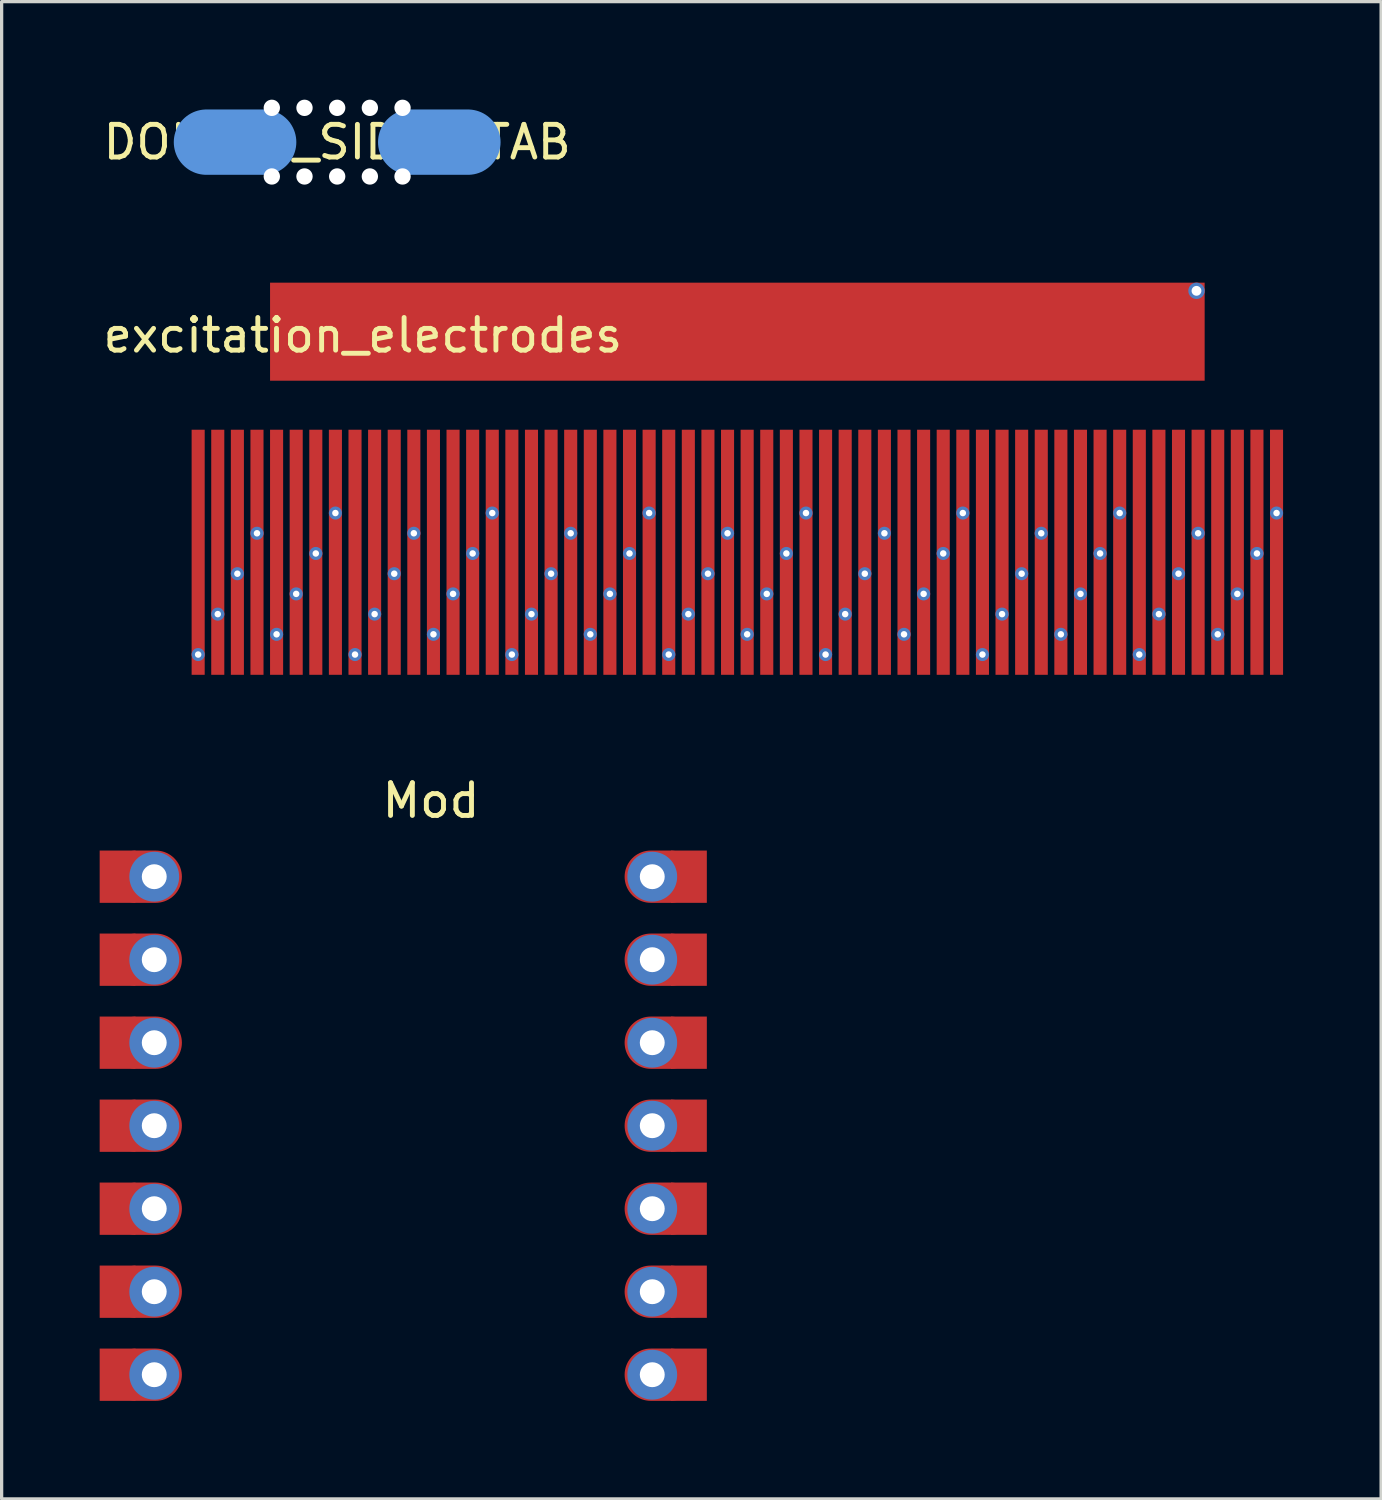
<source format=kicad_pcb>
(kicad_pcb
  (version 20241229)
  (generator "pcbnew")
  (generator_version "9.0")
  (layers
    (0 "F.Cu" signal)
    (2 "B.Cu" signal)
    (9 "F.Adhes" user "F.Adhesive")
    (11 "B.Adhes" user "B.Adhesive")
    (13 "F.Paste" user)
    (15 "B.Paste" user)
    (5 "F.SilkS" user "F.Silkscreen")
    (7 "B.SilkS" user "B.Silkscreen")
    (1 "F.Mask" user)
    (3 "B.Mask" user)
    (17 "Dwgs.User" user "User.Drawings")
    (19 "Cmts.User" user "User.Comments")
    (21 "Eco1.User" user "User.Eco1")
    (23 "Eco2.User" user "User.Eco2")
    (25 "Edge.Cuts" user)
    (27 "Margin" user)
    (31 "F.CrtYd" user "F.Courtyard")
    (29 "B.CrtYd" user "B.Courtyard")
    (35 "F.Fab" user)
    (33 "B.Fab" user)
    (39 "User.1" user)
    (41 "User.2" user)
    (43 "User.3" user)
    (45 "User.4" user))
  (footprint "excitation_electrodes"
    (layer "F.Cu")
    (at 20.244 11.76)
    (property "Reference" "excitation_electrodes" (at -12.19 -4.55 0) (layer "F.SilkS") (effects (font (size 1 1) (thickness 0.15))))
    (attr through_hole)
    (pad "1" smd rect (at -17.23 2.09) (size 0.4 7.5) (layers "F.Cu"))
    (pad "1" thru_hole circle (at -17.23 5.22) (size 0.4 0.4) (drill 0.2) (layers "*.Cu" "B.Mask"))
    (pad "1" smd rect (at -12.43 2.09) (size 0.4 7.5) (layers "F.Cu"))
    (pad "1" thru_hole circle (at -12.43 5.22) (size 0.4 0.4) (drill 0.2) (layers "*.Cu"))
    (pad "1" smd rect (at -7.63 2.09) (size 0.4 7.5) (layers "F.Cu"))
    (pad "1" thru_hole circle (at -7.63 5.22) (size 0.4 0.4) (drill 0.2) (layers "*.Cu"))
    (pad "1" smd rect (at -2.83 2.09) (size 0.4 7.5) (layers "F.Cu"))
    (pad "1" thru_hole circle (at -2.83 5.22) (size 0.4 0.4) (drill 0.2) (layers "*.Cu"))
    (pad "1" smd rect (at 1.97 2.09) (size 0.4 7.5) (layers "F.Cu"))
    (pad "1" thru_hole circle (at 1.97 5.22) (size 0.4 0.4) (drill 0.2) (layers "*.Cu"))
    (pad "1" smd rect (at 6.77 2.09) (size 0.4 7.5) (layers "F.Cu"))
    (pad "1" thru_hole circle (at 6.77 5.22) (size 0.4 0.4) (drill 0.2) (layers "*.Cu"))
    (pad "1" smd rect (at 11.57 2.09) (size 0.4 7.5) (layers "F.Cu"))
    (pad "1" thru_hole circle (at 11.57 5.22) (size 0.4 0.4) (drill 0.2) (layers "*.Cu"))
    (pad "2" smd rect (at -16.63 2.09) (size 0.4 7.5) (layers "F.Cu"))
    (pad "2" thru_hole circle (at -16.63 3.983) (size 0.4 0.4) (drill 0.2) (layers "*.Cu" "B.Mask"))
    (pad "2" smd rect (at -11.83 2.09) (size 0.4 7.5) (layers "F.Cu"))
    (pad "2" thru_hole circle (at -11.83 3.983) (size 0.4 0.4) (drill 0.2) (layers "*.Cu"))
    (pad "2" smd rect (at -7.03 2.09) (size 0.4 7.5) (layers "F.Cu"))
    (pad "2" thru_hole circle (at -7.03 3.983) (size 0.4 0.4) (drill 0.2) (layers "*.Cu"))
    (pad "2" smd rect (at -2.23 2.09) (size 0.4 7.5) (layers "F.Cu"))
    (pad "2" thru_hole circle (at -2.23 3.983) (size 0.4 0.4) (drill 0.2) (layers "*.Cu"))
    (pad "2" smd rect (at 2.57 2.09) (size 0.4 7.5) (layers "F.Cu"))
    (pad "2" thru_hole circle (at 2.57 3.983) (size 0.4 0.4) (drill 0.2) (layers "*.Cu"))
    (pad "2" smd rect (at 7.37 2.09) (size 0.4 7.5) (layers "F.Cu"))
    (pad "2" thru_hole circle (at 7.37 3.983) (size 0.4 0.4) (drill 0.2) (layers "*.Cu"))
    (pad "2" smd rect (at 12.17 2.09) (size 0.4 7.5) (layers "F.Cu"))
    (pad "2" thru_hole circle (at 12.17 3.983) (size 0.4 0.4) (drill 0.2) (layers "*.Cu"))
    (pad "3" smd rect (at -16.03 2.09) (size 0.4 7.5) (layers "F.Cu"))
    (pad "3" thru_hole circle (at -16.03 2.746) (size 0.4 0.4) (drill 0.2) (layers "*.Cu" "B.Mask"))
    (pad "3" smd rect (at -11.23 2.09) (size 0.4 7.5) (layers "F.Cu"))
    (pad "3" thru_hole circle (at -11.23 2.746) (size 0.4 0.4) (drill 0.2) (layers "*.Cu"))
    (pad "3" smd rect (at -6.43 2.09) (size 0.4 7.5) (layers "F.Cu"))
    (pad "3" thru_hole circle (at -6.43 2.746) (size 0.4 0.4) (drill 0.2) (layers "*.Cu"))
    (pad "3" smd rect (at -1.63 2.09) (size 0.4 7.5) (layers "F.Cu"))
    (pad "3" thru_hole circle (at -1.63 2.746) (size 0.4 0.4) (drill 0.2) (layers "*.Cu"))
    (pad "3" smd rect (at 3.17 2.09) (size 0.4 7.5) (layers "F.Cu"))
    (pad "3" thru_hole circle (at 3.17 2.746) (size 0.4 0.4) (drill 0.2) (layers "*.Cu"))
    (pad "3" smd rect (at 7.97 2.09) (size 0.4 7.5) (layers "F.Cu"))
    (pad "3" thru_hole circle (at 7.97 2.746) (size 0.4 0.4) (drill 0.2) (layers "*.Cu"))
    (pad "3" smd rect (at 12.77 2.09) (size 0.4 7.5) (layers "F.Cu"))
    (pad "3" thru_hole circle (at 12.77 2.746) (size 0.4 0.4) (drill 0.2) (layers "*.Cu"))
    (pad "4" thru_hole circle (at -15.43 1.509) (size 0.4 0.4) (drill 0.2) (layers "*.Cu" "B.Mask"))
    (pad "4" smd rect (at -15.43 2.09) (size 0.4 7.5) (layers "F.Cu"))
    (pad "4" thru_hole circle (at -10.63 1.509) (size 0.4 0.4) (drill 0.2) (layers "*.Cu"))
    (pad "4" smd rect (at -10.63 2.09) (size 0.4 7.5) (layers "F.Cu"))
    (pad "4" thru_hole circle (at -5.83 1.509) (size 0.4 0.4) (drill 0.2) (layers "*.Cu"))
    (pad "4" smd rect (at -5.83 2.09) (size 0.4 7.5) (layers "F.Cu"))
    (pad "4" thru_hole circle (at -1.03 1.509) (size 0.4 0.4) (drill 0.2) (layers "*.Cu"))
    (pad "4" smd rect (at -1.03 2.09) (size 0.4 7.5) (layers "F.Cu"))
    (pad "4" thru_hole circle (at 3.77 1.509) (size 0.4 0.4) (drill 0.2) (layers "*.Cu"))
    (pad "4" smd rect (at 3.77 2.09) (size 0.4 7.5) (layers "F.Cu"))
    (pad "4" thru_hole circle (at 8.57 1.509) (size 0.4 0.4) (drill 0.2) (layers "*.Cu"))
    (pad "4" smd rect (at 8.57 2.09) (size 0.4 7.5) (layers "F.Cu"))
    (pad "4" thru_hole circle (at 13.37 1.509) (size 0.4 0.4) (drill 0.2) (layers "*.Cu"))
    (pad "4" smd rect (at 13.37 2.09) (size 0.4 7.5) (layers "F.Cu"))
    (pad "5" smd rect (at -14.83 2.09) (size 0.4 7.5) (layers "F.Cu"))
    (pad "5" thru_hole circle (at -14.83 4.601) (size 0.4 0.4) (drill 0.2) (layers "*.Cu" "B.Mask"))
    (pad "5" smd rect (at -10.03 2.09) (size 0.4 7.5) (layers "F.Cu"))
    (pad "5" thru_hole circle (at -10.03 4.601) (size 0.4 0.4) (drill 0.2) (layers "*.Cu"))
    (pad "5" smd rect (at -5.23 2.09) (size 0.4 7.5) (layers "F.Cu"))
    (pad "5" thru_hole circle (at -5.23 4.601) (size 0.4 0.4) (drill 0.2) (layers "*.Cu"))
    (pad "5" smd rect (at -0.43 2.09) (size 0.4 7.5) (layers "F.Cu"))
    (pad "5" thru_hole circle (at -0.43 4.601) (size 0.4 0.4) (drill 0.2) (layers "*.Cu"))
    (pad "5" smd rect (at 4.37 2.09) (size 0.4 7.5) (layers "F.Cu"))
    (pad "5" thru_hole circle (at 4.37 4.601) (size 0.4 0.4) (drill 0.2) (layers "*.Cu"))
    (pad "5" smd rect (at 9.17 2.09) (size 0.4 7.5) (layers "F.Cu"))
    (pad "5" thru_hole circle (at 9.17 4.601) (size 0.4 0.4) (drill 0.2) (layers "*.Cu"))
    (pad "5" smd rect (at 13.97 2.09) (size 0.4 7.5) (layers "F.Cu"))
    (pad "5" thru_hole circle (at 13.97 4.601) (size 0.4 0.4) (drill 0.2) (layers "*.Cu"))
    (pad "6" smd rect (at -14.23 2.09) (size 0.4 7.5) (layers "F.Cu"))
    (pad "6" thru_hole circle (at -14.23 3.364) (size 0.4 0.4) (drill 0.2) (layers "*.Cu" "B.Mask"))
    (pad "6" smd rect (at -9.43 2.09) (size 0.4 7.5) (layers "F.Cu"))
    (pad "6" thru_hole circle (at -9.43 3.364) (size 0.4 0.4) (drill 0.2) (layers "*.Cu"))
    (pad "6" smd rect (at -4.63 2.09) (size 0.4 7.5) (layers "F.Cu"))
    (pad "6" thru_hole circle (at -4.63 3.364) (size 0.4 0.4) (drill 0.2) (layers "*.Cu"))
    (pad "6" smd rect (at 0.17 2.09) (size 0.4 7.5) (layers "F.Cu"))
    (pad "6" thru_hole circle (at 0.17 3.364) (size 0.4 0.4) (drill 0.2) (layers "*.Cu"))
    (pad "6" smd rect (at 4.97 2.09) (size 0.4 7.5) (layers "F.Cu"))
    (pad "6" thru_hole circle (at 4.97 3.364) (size 0.4 0.4) (drill 0.2) (layers "*.Cu"))
    (pad "6" smd rect (at 9.77 2.09) (size 0.4 7.5) (layers "F.Cu"))
    (pad "6" thru_hole circle (at 9.77 3.364) (size 0.4 0.4) (drill 0.2) (layers "*.Cu"))
    (pad "6" smd rect (at 14.57 2.09) (size 0.4 7.5) (layers "F.Cu"))
    (pad "6" thru_hole circle (at 14.57 3.364) (size 0.4 0.4) (drill 0.2) (layers "*.Cu"))
    (pad "7" smd rect (at -13.63 2.09) (size 0.4 7.5) (layers "F.Cu"))
    (pad "7" thru_hole circle (at -13.63 2.127) (size 0.4 0.4) (drill 0.2) (layers "*.Cu" "B.Mask"))
    (pad "7" smd rect (at -8.83 2.09) (size 0.4 7.5) (layers "F.Cu"))
    (pad "7" thru_hole circle (at -8.83 2.127) (size 0.4 0.4) (drill 0.2) (layers "*.Cu"))
    (pad "7" smd rect (at -4.03 2.09) (size 0.4 7.5) (layers "F.Cu"))
    (pad "7" thru_hole circle (at -4.03 2.127) (size 0.4 0.4) (drill 0.2) (layers "*.Cu"))
    (pad "7" smd rect (at 0.77 2.09) (size 0.4 7.5) (layers "F.Cu"))
    (pad "7" thru_hole circle (at 0.77 2.127) (size 0.4 0.4) (drill 0.2) (layers "*.Cu"))
    (pad "7" smd rect (at 5.57 2.09) (size 0.4 7.5) (layers "F.Cu"))
    (pad "7" thru_hole circle (at 5.57 2.127) (size 0.4 0.4) (drill 0.2) (layers "*.Cu"))
    (pad "7" smd rect (at 10.37 2.09) (size 0.4 7.5) (layers "F.Cu"))
    (pad "7" thru_hole circle (at 10.37 2.127) (size 0.4 0.4) (drill 0.2) (layers "*.Cu"))
    (pad "7" smd rect (at 15.17 2.09) (size 0.4 7.5) (layers "F.Cu"))
    (pad "7" thru_hole circle (at 15.17 2.127) (size 0.4 0.4) (drill 0.2) (layers "*.Cu"))
    (pad "8" thru_hole circle (at -13.03 0.89) (size 0.4 0.4) (drill 0.2) (layers "*.Cu" "B.Mask"))
    (pad "8" smd rect (at -13.03 2.09) (size 0.4 7.5) (layers "F.Cu"))
    (pad "8" thru_hole circle (at -8.23 0.89) (size 0.4 0.4) (drill 0.2) (layers "*.Cu"))
    (pad "8" smd rect (at -8.23 2.09) (size 0.4 7.5) (layers "F.Cu"))
    (pad "8" thru_hole circle (at -3.43 0.89) (size 0.4 0.4) (drill 0.2) (layers "*.Cu"))
    (pad "8" smd rect (at -3.43 2.09) (size 0.4 7.5) (layers "F.Cu"))
    (pad "8" thru_hole circle (at 1.37 0.89) (size 0.4 0.4) (drill 0.2) (layers "*.Cu"))
    (pad "8" smd rect (at 1.37 2.09) (size 0.4 7.5) (layers "F.Cu"))
    (pad "8" thru_hole circle (at 6.17 0.89) (size 0.4 0.4) (drill 0.2) (layers "*.Cu"))
    (pad "8" smd rect (at 6.17 2.09) (size 0.4 7.5) (layers "F.Cu"))
    (pad "8" thru_hole circle (at 10.97 0.89) (size 0.4 0.4) (drill 0.2) (layers "*.Cu"))
    (pad "8" smd rect (at 10.97 2.09) (size 0.4 7.5) (layers "F.Cu"))
    (pad "8" thru_hole circle (at 15.77 0.89) (size 0.4 0.4) (drill 0.2) (layers "*.Cu"))
    (pad "8" smd rect (at 15.77 2.09) (size 0.4 7.5) (layers "F.Cu"))
    (pad "9" smd rect (at -0.73 -4.66 270) (size 3 28.6) (layers "F.Cu"))
    (pad "9" thru_hole circle (at 13.32 -5.91) (size 0.5 0.5) (drill 0.3) (layers "*.Cu" "B.Mask")))
  (footprint "Mod"
    (layer "F.Cu")
    (at 9.29 31.398)
    (property "Reference" "Mod" (at 0.85 -9.95 0) (layer "F.SilkS") (effects (font (size 1 1) (thickness 0.15))))
    (attr through_hole)
    (pad "1" smd rect (at -8.74 -7.62) (size 1.1 1.6) (layers "F.Cu" "F.Mask" "F.Paste"))
    (pad "1" smd oval (at -7.874 -7.62) (size 2.2 1.6) (layers "F.Cu" "F.Mask" "F.Paste"))
    (pad "1" thru_hole circle (at -7.62 -7.62) (size 1.524 1.524) (drill 0.762) (layers "*.Cu" "*.Mask"))
    (pad "2" smd rect (at -8.74 -5.08) (size 1.1 1.6) (layers "F.Cu" "F.Mask" "F.Paste"))
    (pad "2" smd oval (at -7.874 -5.08) (size 2.2 1.6) (layers "F.Cu" "F.Mask" "F.Paste"))
    (pad "2" thru_hole circle (at -7.62 -5.08) (size 1.524 1.524) (drill 0.762) (layers "*.Cu" "*.Mask"))
    (pad "3" smd rect (at -8.74 -2.54) (size 1.1 1.6) (layers "F.Cu" "F.Mask" "F.Paste"))
    (pad "3" smd oval (at -7.874 -2.54) (size 2.2 1.6) (layers "F.Cu" "F.Mask" "F.Paste"))
    (pad "3" thru_hole circle (at -7.62 -2.54) (size 1.524 1.524) (drill 0.762) (layers "*.Cu" "*.Mask"))
    (pad "4" smd rect (at -8.74 0) (size 1.1 1.6) (layers "F.Cu" "F.Mask" "F.Paste"))
    (pad "4" smd oval (at -7.874 0) (size 2.2 1.6) (layers "F.Cu" "F.Mask" "F.Paste"))
    (pad "4" thru_hole circle (at -7.62 0) (size 1.524 1.524) (drill 0.762) (layers "*.Cu" "*.Mask"))
    (pad "5" smd rect (at -8.74 2.54) (size 1.1 1.6) (layers "F.Cu" "F.Mask" "F.Paste"))
    (pad "5" smd oval (at -7.874 2.54) (size 2.2 1.6) (layers "F.Cu" "F.Mask" "F.Paste"))
    (pad "5" thru_hole circle (at -7.62 2.54) (size 1.524 1.524) (drill 0.762) (layers "*.Cu" "*.Mask"))
    (pad "6" smd trapezoid (at -8.74 5.08) (size 1.1 1.6) (layers "F.Cu" "F.Mask" "F.Paste"))
    (pad "6" smd oval (at -7.874 5.08) (size 2.2 1.6) (layers "F.Cu" "F.Mask" "F.Paste"))
    (pad "6" thru_hole circle (at -7.62 5.08) (size 1.524 1.524) (drill 0.762) (layers "*.Cu" "*.Mask"))
    (pad "7" smd rect (at -8.74 7.62) (size 1.1 1.6) (layers "F.Cu" "F.Mask" "F.Paste"))
    (pad "7" smd oval (at -7.874 7.62) (size 2.2 1.6) (layers "F.Cu" "F.Mask" "F.Paste"))
    (pad "7" thru_hole circle (at -7.62 7.62) (size 1.524 1.524) (drill 0.762) (layers "*.Cu" "*.Mask"))
    (pad "8" thru_hole circle (at 7.62 7.62) (size 1.524 1.524) (drill 0.762) (layers "*.Cu" "*.Mask"))
    (pad "8" smd oval (at 7.874 7.62) (size 2.2 1.6) (layers "F.Cu" "F.Mask" "F.Paste"))
    (pad "8" smd rect (at 8.74 7.62) (size 1.1 1.6) (layers "F.Cu" "F.Mask" "F.Paste"))
    (pad "9" thru_hole circle (at 7.62 5.08) (size 1.524 1.524) (drill 0.762) (layers "*.Cu" "*.Mask"))
    (pad "9" smd oval (at 7.874 5.08) (size 2.2 1.6) (layers "F.Cu" "F.Mask" "F.Paste"))
    (pad "9" smd rect (at 8.74 5.08) (size 1.1 1.6) (layers "F.Cu" "F.Mask" "F.Paste"))
    (pad "10" thru_hole circle (at 7.62 2.54) (size 1.524 1.524) (drill 0.762) (layers "*.Cu" "*.Mask"))
    (pad "10" smd oval (at 7.874 2.54) (size 2.2 1.6) (layers "F.Cu" "F.Mask" "F.Paste"))
    (pad "10" smd rect (at 8.74 2.54) (size 1.1 1.6) (layers "F.Cu" "F.Mask" "F.Paste"))
    (pad "11" thru_hole circle (at 7.62 0) (size 1.524 1.524) (drill 0.762) (layers "*.Cu" "*.Mask"))
    (pad "11" smd oval (at 7.874 0) (size 2.2 1.6) (layers "F.Cu" "F.Mask" "F.Paste"))
    (pad "11" smd rect (at 8.74 0) (size 1.1 1.6) (layers "F.Cu" "F.Mask" "F.Paste"))
    (pad "12" thru_hole circle (at 7.62 -2.54) (size 1.524 1.524) (drill 0.762) (layers "*.Cu" "*.Mask"))
    (pad "12" smd oval (at 7.874 -2.54) (size 2.2 1.6) (layers "F.Cu" "F.Mask" "F.Paste"))
    (pad "12" smd rect (at 8.74 -2.54) (size 1.1 1.6) (layers "F.Cu" "F.Mask" "F.Paste"))
    (pad "13" thru_hole circle (at 7.62 -5.08) (size 1.524 1.524) (drill 0.762) (layers "*.Cu" "*.Mask"))
    (pad "13" smd oval (at 7.874 -5.08) (size 2.2 1.6) (layers "F.Cu" "F.Mask" "F.Paste"))
    (pad "13" smd rect (at 8.74 -5.08) (size 1.1 1.6) (layers "F.Cu" "F.Mask" "F.Paste"))
    (pad "14" thru_hole circle (at 7.62 -7.62) (size 1.524 1.524) (drill 0.762) (layers "*.Cu" "*.Mask"))
    (pad "14" smd oval (at 7.874 -7.62) (size 2.2 1.6) (layers "F.Cu" "F.Mask" "F.Paste"))
    (pad "14" smd rect (at 8.74 -7.62) (size 1.1 1.6) (layers "F.Cu" "F.Mask" "F.Paste")))
  (footprint "DOUBLE_SIDED_TAB"
    (layer "F.Cu")
    (at 7.268 1.3)
    (property "Reference" "DOUBLE_SIDED_TAB" (at 0 0 0) (layer "F.SilkS") (effects (font (size 1 1) (thickness 0.15))))
    (attr through_hole)
    (fp_line (start -2.25 0) (end -4 0) (stroke (width 2) (type solid)) (layer "Cmts.User"))
    (fp_line (start 2.25 0) (end 4 0) (stroke (width 2) (type solid)) (layer "Cmts.User"))
    (pad "" np_thru_hole circle (at -2 -1.05) (size 0.5 0.5) (drill 0.5) (layers "*.Cu" "*.Mask"))
    (pad "" np_thru_hole circle (at -2 1.05) (size 0.5 0.5) (drill 0.5) (layers "*.Cu" "*.Mask"))
    (pad "" np_thru_hole circle (at -1 -1.05) (size 0.5 0.5) (drill 0.5) (layers "*.Cu" "*.Mask"))
    (pad "" np_thru_hole circle (at -1 1.05) (size 0.5 0.5) (drill 0.5) (layers "*.Cu" "*.Mask"))
    (pad "" np_thru_hole circle (at 0 -1.05) (size 0.5 0.5) (drill 0.5) (layers "*.Cu" "*.Mask"))
    (pad "" np_thru_hole circle (at 0 1.05) (size 0.5 0.5) (drill 0.5) (layers "*.Cu" "*.Mask"))
    (pad "" np_thru_hole circle (at 1 -1.05) (size 0.5 0.5) (drill 0.5) (layers "*.Cu" "*.Mask"))
    (pad "" np_thru_hole circle (at 1 1.05) (size 0.5 0.5) (drill 0.5) (layers "*.Cu" "*.Mask"))
    (pad "" np_thru_hole circle (at 2 -1.05) (size 0.5 0.5) (drill 0.5) (layers "*.Cu" "*.Mask"))
    (pad "" np_thru_hole circle (at 2 1.05) (size 0.5 0.5) (drill 0.5) (layers "*.Cu" "*.Mask")))
  (gr_rect
    (start -3 -3)
    (end 39.214 42.818)
    (stroke (width 0.1) (type default))
    (fill no)
    (layer "Edge.Cuts")))
</source>
